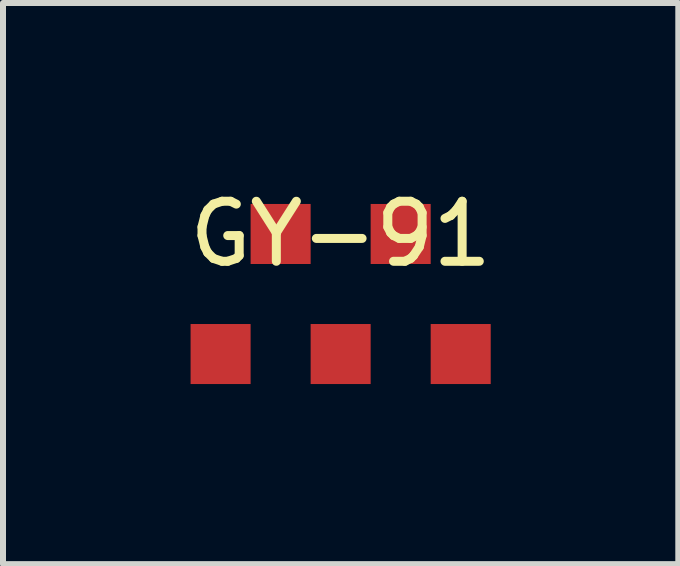
<source format=kicad_pcb>
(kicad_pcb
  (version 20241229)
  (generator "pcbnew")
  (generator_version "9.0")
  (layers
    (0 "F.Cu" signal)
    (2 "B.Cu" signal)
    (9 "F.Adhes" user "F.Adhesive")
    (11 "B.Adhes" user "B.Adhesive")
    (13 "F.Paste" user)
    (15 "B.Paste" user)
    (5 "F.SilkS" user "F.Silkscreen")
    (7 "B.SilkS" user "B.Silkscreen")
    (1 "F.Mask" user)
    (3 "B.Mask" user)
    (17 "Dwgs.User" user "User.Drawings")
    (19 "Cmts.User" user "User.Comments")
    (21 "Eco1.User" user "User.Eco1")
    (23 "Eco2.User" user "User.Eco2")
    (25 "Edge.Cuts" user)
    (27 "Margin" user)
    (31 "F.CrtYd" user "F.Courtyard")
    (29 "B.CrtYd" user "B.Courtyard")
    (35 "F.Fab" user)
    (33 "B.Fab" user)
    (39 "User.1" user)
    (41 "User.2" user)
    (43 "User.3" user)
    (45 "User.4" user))
  (footprint "GY-91"
    (layer "F.Cu")
    (at 2.625 0.848)
    (property "Reference" "GY-91" (at 0 0 0) (layer "F.SilkS") (effects (font (size 1 1) (thickness 0.15))))
    (attr smd)
    (pad "GND" smd rect (at 1 0) (size 1 1) (layers "F.Cu" "F.Mask" "F.Paste"))
    (pad "INT" smd rect (at 2 2) (size 1 1) (layers "F.Cu" "F.Mask" "F.Paste"))
    (pad "SCL" smd rect (at 0 2) (size 1 1) (layers "F.Cu" "F.Mask" "F.Paste"))
    (pad "SDA" smd rect (at -2 2) (size 1 1) (layers "F.Cu" "F.Mask" "F.Paste"))
    (pad "VCC" smd rect (at -1 0) (size 1 1) (layers "F.Cu" "F.Mask" "F.Paste")))
  (gr_rect
    (start -3 -3)
    (end 8.25 6.348)
    (stroke (width 0.1) (type default))
    (fill no)
    (layer "Edge.Cuts")))
</source>
